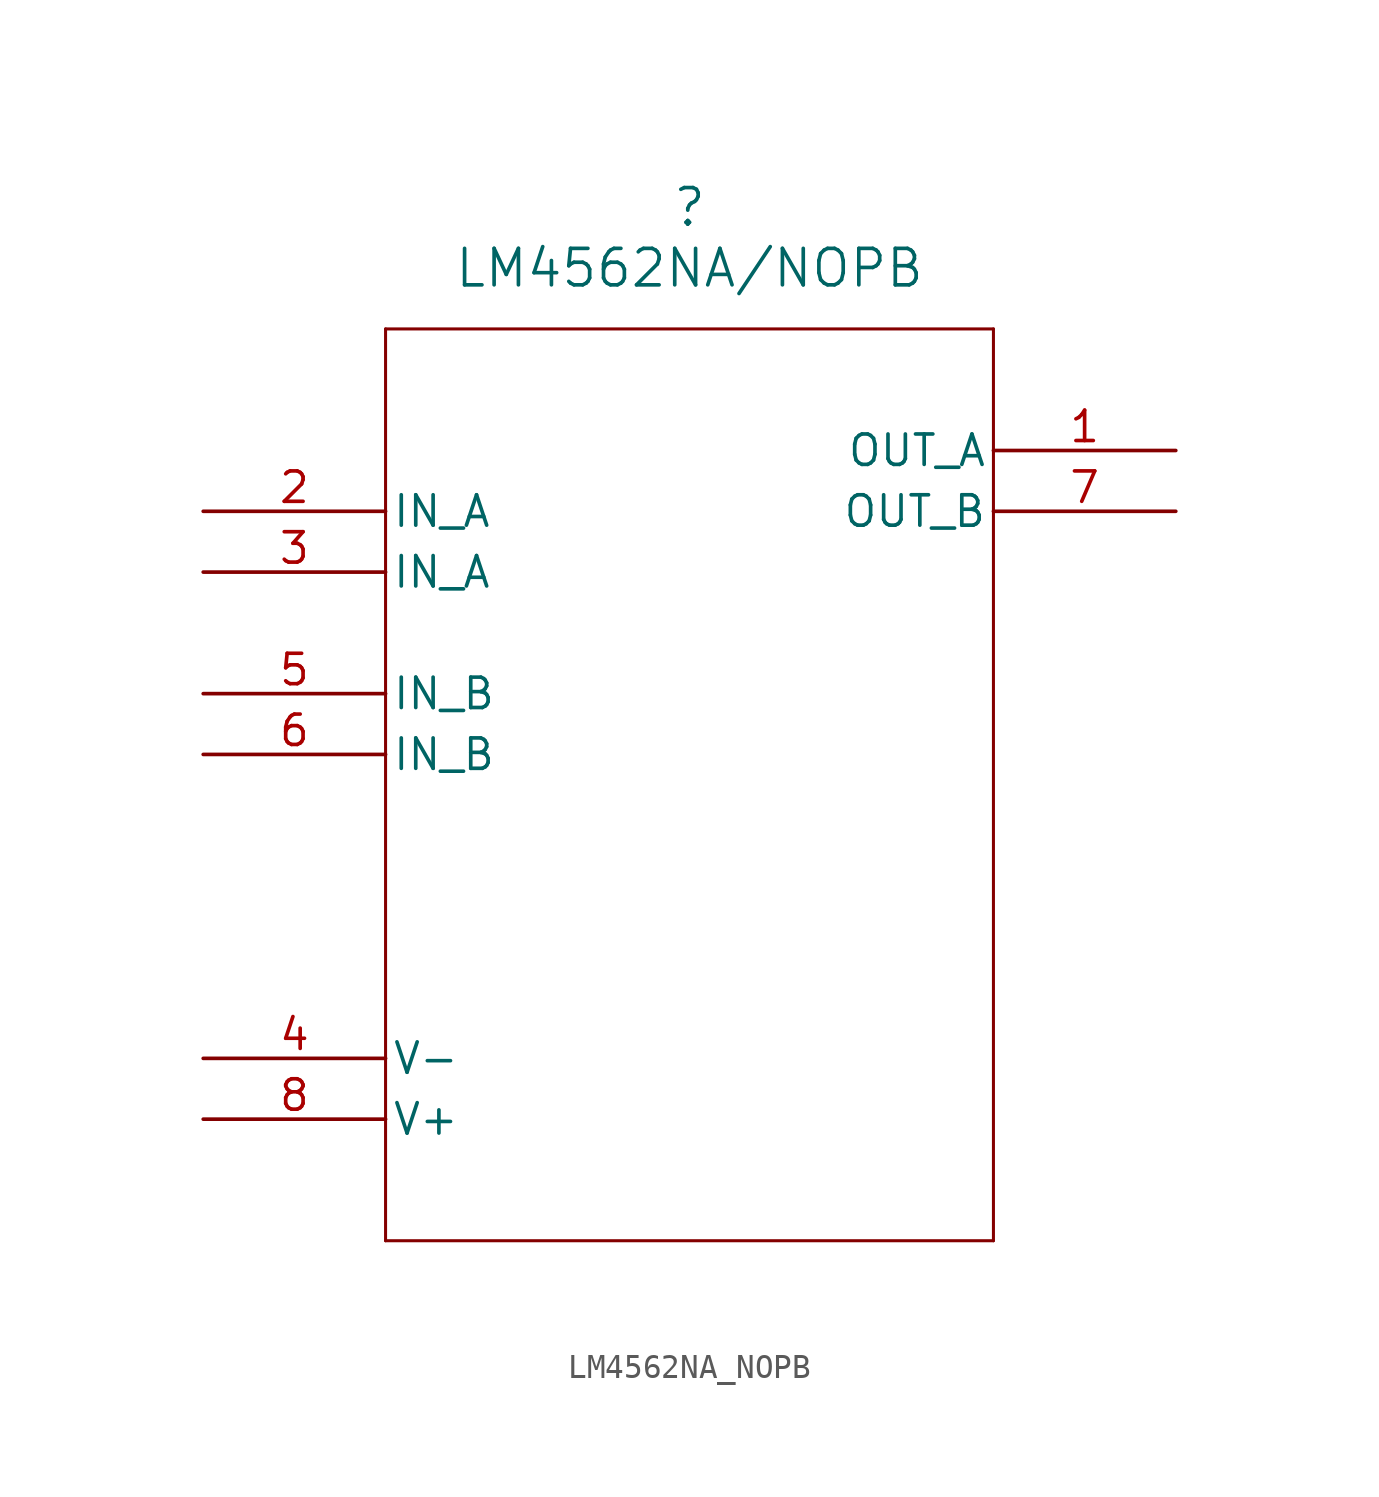
<source format=kicad_sym>
(kicad_symbol_lib
  (version 20211014)
  (generator kicad_symbol_editor)
  (symbol "LM4562NA_NOPB"
    (pin_names
      (offset 0.254))
    (property "Reference" ""
      (at 20.32 12.7 0)
      (effects (font (size 1.524 1.524))))
    (property "Value" "LM4562NA/NOPB"
      (at 20.32 10.16 0)
      (effects (font (size 1.524 1.524))))
    (symbol "LM4562NA_NOPB_0_1"
      (polyline (pts (xy 7.62 7.62) (xy 7.62 -30.48)) (stroke (width 0.127) (type default) (color 0 0 0 0)) (fill (type none)))
      (polyline (pts (xy 7.62 -30.48) (xy 33.02 -30.48)) (stroke (width 0.127) (type default) (color 0 0 0 0)) (fill (type none)))
      (polyline (pts (xy 33.02 -30.48) (xy 33.02 7.62)) (stroke (width 0.127) (type default) (color 0 0 0 0)) (fill (type none)))
      (polyline (pts (xy 33.02 7.62) (xy 7.62 7.62)) (stroke (width 0.127) (type default) (color 0 0 0 0)) (fill (type none)))
      (pin output line (at 40.64 2.54 180) (length 7.62) (name "OUT_A" (effects (font (size 1.27 1.27)))) (number "1" (effects (font (size 1.27 1.27)))))
      (pin input line (at 0 0 0) (length 7.62) (name "IN_A" (effects (font (size 1.27 1.27)))) (number "2" (effects (font (size 1.27 1.27)))))
      (pin input line (at 0 -2.54 0) (length 7.62) (name "IN_A" (effects (font (size 1.27 1.27)))) (number "3" (effects (font (size 1.27 1.27)))))
      (pin power_in line (at 0 -22.86 0) (length 7.62) (name "V-" (effects (font (size 1.27 1.27)))) (number "4" (effects (font (size 1.27 1.27)))))
      (pin input line (at 0 -7.62 0) (length 7.62) (name "IN_B" (effects (font (size 1.27 1.27)))) (number "5" (effects (font (size 1.27 1.27)))))
      (pin input line (at 0 -10.16 0) (length 7.62) (name "IN_B" (effects (font (size 1.27 1.27)))) (number "6" (effects (font (size 1.27 1.27)))))
      (pin output line (at 40.64 0 180) (length 7.62) (name "OUT_B" (effects (font (size 1.27 1.27)))) (number "7" (effects (font (size 1.27 1.27)))))
      (pin power_in line (at 0 -25.4 0) (length 7.62) (name "V+" (effects (font (size 1.27 1.27)))) (number "8" (effects (font (size 1.27 1.27))))))))
</source>
